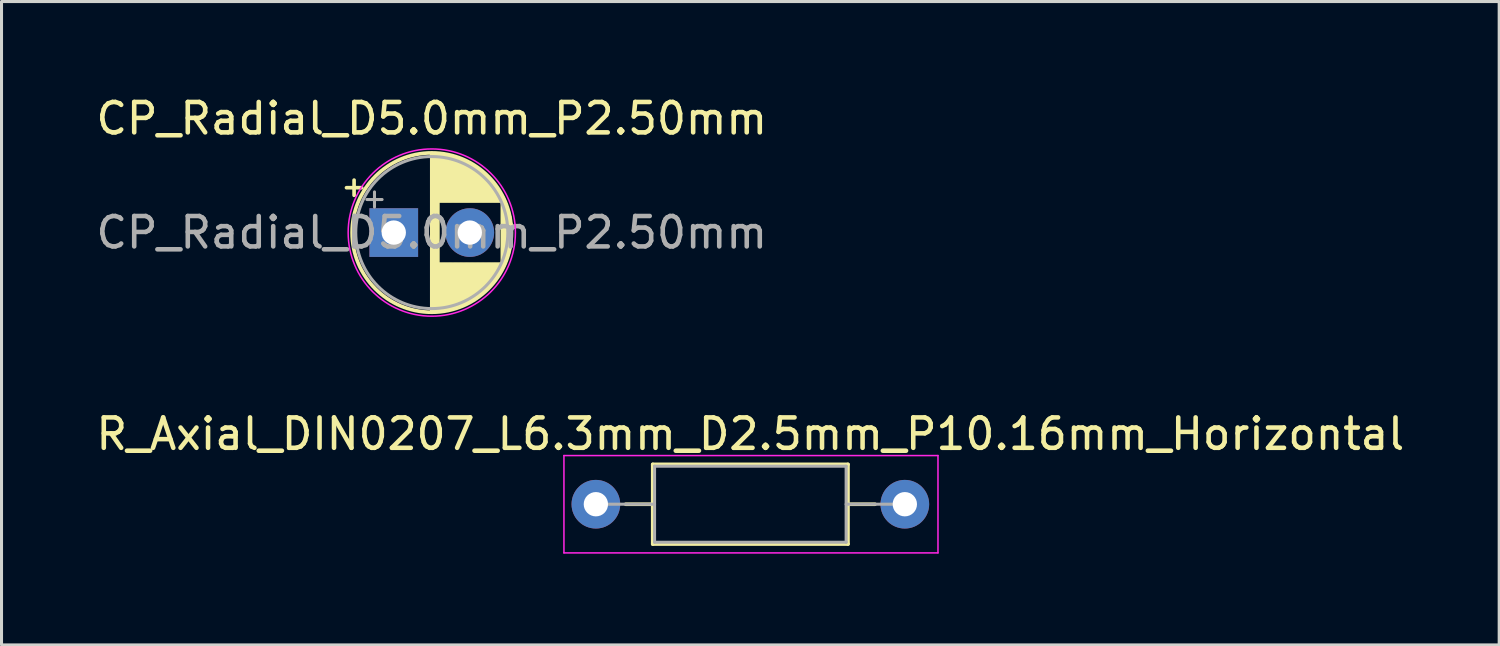
<source format=kicad_pcb>
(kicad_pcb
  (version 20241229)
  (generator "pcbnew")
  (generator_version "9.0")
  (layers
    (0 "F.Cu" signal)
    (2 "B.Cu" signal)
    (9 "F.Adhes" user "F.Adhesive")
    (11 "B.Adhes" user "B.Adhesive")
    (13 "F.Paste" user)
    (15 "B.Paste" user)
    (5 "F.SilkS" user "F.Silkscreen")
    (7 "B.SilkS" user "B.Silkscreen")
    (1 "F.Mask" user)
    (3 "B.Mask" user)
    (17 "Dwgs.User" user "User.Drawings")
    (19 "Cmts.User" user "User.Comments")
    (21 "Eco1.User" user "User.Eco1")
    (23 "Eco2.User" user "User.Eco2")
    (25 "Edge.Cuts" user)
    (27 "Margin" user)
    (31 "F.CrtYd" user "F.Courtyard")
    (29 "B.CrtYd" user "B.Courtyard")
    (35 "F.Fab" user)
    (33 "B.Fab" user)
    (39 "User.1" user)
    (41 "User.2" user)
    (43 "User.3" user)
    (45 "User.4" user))
  (footprint "CP_Radial_D5.0mm_P2.50mm"
    (layer "F.Cu")
    (at 9.899 4.598)
    (property "Reference" "CP_Radial_D5.0mm_P2.50mm" (at 1.25 -3.75 0) (layer "F.SilkS") (effects (font (size 1 1) (thickness 0.15))))
    (attr through_hole)
    (fp_line (start -1.555 -1.475) (end -1.055 -1.475) (stroke (width 0.12) (type solid)) (layer "F.SilkS"))
    (fp_line (start -1.305 -1.725) (end -1.305 -1.225) (stroke (width 0.12) (type solid)) (layer "F.SilkS"))
    (fp_line (start 1.25 -2.58) (end 1.25 2.58) (stroke (width 0.12) (type solid)) (layer "F.SilkS"))
    (fp_line (start 1.29 -2.58) (end 1.29 2.58) (stroke (width 0.12) (type solid)) (layer "F.SilkS"))
    (fp_line (start 1.33 -2.579) (end 1.33 2.579) (stroke (width 0.12) (type solid)) (layer "F.SilkS"))
    (fp_line (start 1.37 -2.578) (end 1.37 2.578) (stroke (width 0.12) (type solid)) (layer "F.SilkS"))
    (fp_line (start 1.41 -2.576) (end 1.41 2.576) (stroke (width 0.12) (type solid)) (layer "F.SilkS"))
    (fp_line (start 1.45 -2.573) (end 1.45 2.573) (stroke (width 0.12) (type solid)) (layer "F.SilkS"))
    (fp_line (start 1.49 -2.569) (end 1.49 -1.04) (stroke (width 0.12) (type solid)) (layer "F.SilkS"))
    (fp_line (start 1.49 1.04) (end 1.49 2.569) (stroke (width 0.12) (type solid)) (layer "F.SilkS"))
    (fp_line (start 1.53 -2.565) (end 1.53 -1.04) (stroke (width 0.12) (type solid)) (layer "F.SilkS"))
    (fp_line (start 1.53 1.04) (end 1.53 2.565) (stroke (width 0.12) (type solid)) (layer "F.SilkS"))
    (fp_line (start 1.57 -2.561) (end 1.57 -1.04) (stroke (width 0.12) (type solid)) (layer "F.SilkS"))
    (fp_line (start 1.57 1.04) (end 1.57 2.561) (stroke (width 0.12) (type solid)) (layer "F.SilkS"))
    (fp_line (start 1.61 -2.556) (end 1.61 -1.04) (stroke (width 0.12) (type solid)) (layer "F.SilkS"))
    (fp_line (start 1.61 1.04) (end 1.61 2.556) (stroke (width 0.12) (type solid)) (layer "F.SilkS"))
    (fp_line (start 1.65 -2.55) (end 1.65 -1.04) (stroke (width 0.12) (type solid)) (layer "F.SilkS"))
    (fp_line (start 1.65 1.04) (end 1.65 2.55) (stroke (width 0.12) (type solid)) (layer "F.SilkS"))
    (fp_line (start 1.69 -2.543) (end 1.69 -1.04) (stroke (width 0.12) (type solid)) (layer "F.SilkS"))
    (fp_line (start 1.69 1.04) (end 1.69 2.543) (stroke (width 0.12) (type solid)) (layer "F.SilkS"))
    (fp_line (start 1.73 -2.536) (end 1.73 -1.04) (stroke (width 0.12) (type solid)) (layer "F.SilkS"))
    (fp_line (start 1.73 1.04) (end 1.73 2.536) (stroke (width 0.12) (type solid)) (layer "F.SilkS"))
    (fp_line (start 1.77 -2.528) (end 1.77 -1.04) (stroke (width 0.12) (type solid)) (layer "F.SilkS"))
    (fp_line (start 1.77 1.04) (end 1.77 2.528) (stroke (width 0.12) (type solid)) (layer "F.SilkS"))
    (fp_line (start 1.81 -2.52) (end 1.81 -1.04) (stroke (width 0.12) (type solid)) (layer "F.SilkS"))
    (fp_line (start 1.81 1.04) (end 1.81 2.52) (stroke (width 0.12) (type solid)) (layer "F.SilkS"))
    (fp_line (start 1.85 -2.511) (end 1.85 -1.04) (stroke (width 0.12) (type solid)) (layer "F.SilkS"))
    (fp_line (start 1.85 1.04) (end 1.85 2.511) (stroke (width 0.12) (type solid)) (layer "F.SilkS"))
    (fp_line (start 1.89 -2.501) (end 1.89 -1.04) (stroke (width 0.12) (type solid)) (layer "F.SilkS"))
    (fp_line (start 1.89 1.04) (end 1.89 2.501) (stroke (width 0.12) (type solid)) (layer "F.SilkS"))
    (fp_line (start 1.93 -2.491) (end 1.93 -1.04) (stroke (width 0.12) (type solid)) (layer "F.SilkS"))
    (fp_line (start 1.93 1.04) (end 1.93 2.491) (stroke (width 0.12) (type solid)) (layer "F.SilkS"))
    (fp_line (start 1.971 -2.48) (end 1.971 -1.04) (stroke (width 0.12) (type solid)) (layer "F.SilkS"))
    (fp_line (start 1.971 1.04) (end 1.971 2.48) (stroke (width 0.12) (type solid)) (layer "F.SilkS"))
    (fp_line (start 2.011 -2.468) (end 2.011 -1.04) (stroke (width 0.12) (type solid)) (layer "F.SilkS"))
    (fp_line (start 2.011 1.04) (end 2.011 2.468) (stroke (width 0.12) (type solid)) (layer "F.SilkS"))
    (fp_line (start 2.051 -2.455) (end 2.051 -1.04) (stroke (width 0.12) (type solid)) (layer "F.SilkS"))
    (fp_line (start 2.051 1.04) (end 2.051 2.455) (stroke (width 0.12) (type solid)) (layer "F.SilkS"))
    (fp_line (start 2.091 -2.442) (end 2.091 -1.04) (stroke (width 0.12) (type solid)) (layer "F.SilkS"))
    (fp_line (start 2.091 1.04) (end 2.091 2.442) (stroke (width 0.12) (type solid)) (layer "F.SilkS"))
    (fp_line (start 2.131 -2.428) (end 2.131 -1.04) (stroke (width 0.12) (type solid)) (layer "F.SilkS"))
    (fp_line (start 2.131 1.04) (end 2.131 2.428) (stroke (width 0.12) (type solid)) (layer "F.SilkS"))
    (fp_line (start 2.171 -2.414) (end 2.171 -1.04) (stroke (width 0.12) (type solid)) (layer "F.SilkS"))
    (fp_line (start 2.171 1.04) (end 2.171 2.414) (stroke (width 0.12) (type solid)) (layer "F.SilkS"))
    (fp_line (start 2.211 -2.398) (end 2.211 -1.04) (stroke (width 0.12) (type solid)) (layer "F.SilkS"))
    (fp_line (start 2.211 1.04) (end 2.211 2.398) (stroke (width 0.12) (type solid)) (layer "F.SilkS"))
    (fp_line (start 2.251 -2.382) (end 2.251 -1.04) (stroke (width 0.12) (type solid)) (layer "F.SilkS"))
    (fp_line (start 2.251 1.04) (end 2.251 2.382) (stroke (width 0.12) (type solid)) (layer "F.SilkS"))
    (fp_line (start 2.291 -2.365) (end 2.291 -1.04) (stroke (width 0.12) (type solid)) (layer "F.SilkS"))
    (fp_line (start 2.291 1.04) (end 2.291 2.365) (stroke (width 0.12) (type solid)) (layer "F.SilkS"))
    (fp_line (start 2.331 -2.348) (end 2.331 -1.04) (stroke (width 0.12) (type solid)) (layer "F.SilkS"))
    (fp_line (start 2.331 1.04) (end 2.331 2.348) (stroke (width 0.12) (type solid)) (layer "F.SilkS"))
    (fp_line (start 2.371 -2.329) (end 2.371 -1.04) (stroke (width 0.12) (type solid)) (layer "F.SilkS"))
    (fp_line (start 2.371 1.04) (end 2.371 2.329) (stroke (width 0.12) (type solid)) (layer "F.SilkS"))
    (fp_line (start 2.411 -2.31) (end 2.411 -1.04) (stroke (width 0.12) (type solid)) (layer "F.SilkS"))
    (fp_line (start 2.411 1.04) (end 2.411 2.31) (stroke (width 0.12) (type solid)) (layer "F.SilkS"))
    (fp_line (start 2.451 -2.29) (end 2.451 -1.04) (stroke (width 0.12) (type solid)) (layer "F.SilkS"))
    (fp_line (start 2.451 1.04) (end 2.451 2.29) (stroke (width 0.12) (type solid)) (layer "F.SilkS"))
    (fp_line (start 2.491 -2.268) (end 2.491 -1.04) (stroke (width 0.12) (type solid)) (layer "F.SilkS"))
    (fp_line (start 2.491 1.04) (end 2.491 2.268) (stroke (width 0.12) (type solid)) (layer "F.SilkS"))
    (fp_line (start 2.531 -2.247) (end 2.531 -1.04) (stroke (width 0.12) (type solid)) (layer "F.SilkS"))
    (fp_line (start 2.531 1.04) (end 2.531 2.247) (stroke (width 0.12) (type solid)) (layer "F.SilkS"))
    (fp_line (start 2.571 -2.224) (end 2.571 -1.04) (stroke (width 0.12) (type solid)) (layer "F.SilkS"))
    (fp_line (start 2.571 1.04) (end 2.571 2.224) (stroke (width 0.12) (type solid)) (layer "F.SilkS"))
    (fp_line (start 2.611 -2.2) (end 2.611 -1.04) (stroke (width 0.12) (type solid)) (layer "F.SilkS"))
    (fp_line (start 2.611 1.04) (end 2.611 2.2) (stroke (width 0.12) (type solid)) (layer "F.SilkS"))
    (fp_line (start 2.651 -2.175) (end 2.651 -1.04) (stroke (width 0.12) (type solid)) (layer "F.SilkS"))
    (fp_line (start 2.651 1.04) (end 2.651 2.175) (stroke (width 0.12) (type solid)) (layer "F.SilkS"))
    (fp_line (start 2.691 -2.149) (end 2.691 -1.04) (stroke (width 0.12) (type solid)) (layer "F.SilkS"))
    (fp_line (start 2.691 1.04) (end 2.691 2.149) (stroke (width 0.12) (type solid)) (layer "F.SilkS"))
    (fp_line (start 2.731 -2.122) (end 2.731 -1.04) (stroke (width 0.12) (type solid)) (layer "F.SilkS"))
    (fp_line (start 2.731 1.04) (end 2.731 2.122) (stroke (width 0.12) (type solid)) (layer "F.SilkS"))
    (fp_line (start 2.771 -2.095) (end 2.771 -1.04) (stroke (width 0.12) (type solid)) (layer "F.SilkS"))
    (fp_line (start 2.771 1.04) (end 2.771 2.095) (stroke (width 0.12) (type solid)) (layer "F.SilkS"))
    (fp_line (start 2.811 -2.065) (end 2.811 -1.04) (stroke (width 0.12) (type solid)) (layer "F.SilkS"))
    (fp_line (start 2.811 1.04) (end 2.811 2.065) (stroke (width 0.12) (type solid)) (layer "F.SilkS"))
    (fp_line (start 2.851 -2.035) (end 2.851 -1.04) (stroke (width 0.12) (type solid)) (layer "F.SilkS"))
    (fp_line (start 2.851 1.04) (end 2.851 2.035) (stroke (width 0.12) (type solid)) (layer "F.SilkS"))
    (fp_line (start 2.891 -2.004) (end 2.891 -1.04) (stroke (width 0.12) (type solid)) (layer "F.SilkS"))
    (fp_line (start 2.891 1.04) (end 2.891 2.004) (stroke (width 0.12) (type solid)) (layer "F.SilkS"))
    (fp_line (start 2.931 -1.971) (end 2.931 -1.04) (stroke (width 0.12) (type solid)) (layer "F.SilkS"))
    (fp_line (start 2.931 1.04) (end 2.931 1.971) (stroke (width 0.12) (type solid)) (layer "F.SilkS"))
    (fp_line (start 2.971 -1.937) (end 2.971 -1.04) (stroke (width 0.12) (type solid)) (layer "F.SilkS"))
    (fp_line (start 2.971 1.04) (end 2.971 1.937) (stroke (width 0.12) (type solid)) (layer "F.SilkS"))
    (fp_line (start 3.011 -1.901) (end 3.011 -1.04) (stroke (width 0.12) (type solid)) (layer "F.SilkS"))
    (fp_line (start 3.011 1.04) (end 3.011 1.901) (stroke (width 0.12) (type solid)) (layer "F.SilkS"))
    (fp_line (start 3.051 -1.864) (end 3.051 -1.04) (stroke (width 0.12) (type solid)) (layer "F.SilkS"))
    (fp_line (start 3.051 1.04) (end 3.051 1.864) (stroke (width 0.12) (type solid)) (layer "F.SilkS"))
    (fp_line (start 3.091 -1.826) (end 3.091 -1.04) (stroke (width 0.12) (type solid)) (layer "F.SilkS"))
    (fp_line (start 3.091 1.04) (end 3.091 1.826) (stroke (width 0.12) (type solid)) (layer "F.SilkS"))
    (fp_line (start 3.131 -1.785) (end 3.131 -1.04) (stroke (width 0.12) (type solid)) (layer "F.SilkS"))
    (fp_line (start 3.131 1.04) (end 3.131 1.785) (stroke (width 0.12) (type solid)) (layer "F.SilkS"))
    (fp_line (start 3.171 -1.743) (end 3.171 -1.04) (stroke (width 0.12) (type solid)) (layer "F.SilkS"))
    (fp_line (start 3.171 1.04) (end 3.171 1.743) (stroke (width 0.12) (type solid)) (layer "F.SilkS"))
    (fp_line (start 3.211 -1.699) (end 3.211 -1.04) (stroke (width 0.12) (type solid)) (layer "F.SilkS"))
    (fp_line (start 3.211 1.04) (end 3.211 1.699) (stroke (width 0.12) (type solid)) (layer "F.SilkS"))
    (fp_line (start 3.251 -1.653) (end 3.251 -1.04) (stroke (width 0.12) (type solid)) (layer "F.SilkS"))
    (fp_line (start 3.251 1.04) (end 3.251 1.653) (stroke (width 0.12) (type solid)) (layer "F.SilkS"))
    (fp_line (start 3.291 -1.605) (end 3.291 -1.04) (stroke (width 0.12) (type solid)) (layer "F.SilkS"))
    (fp_line (start 3.291 1.04) (end 3.291 1.605) (stroke (width 0.12) (type solid)) (layer "F.SilkS"))
    (fp_line (start 3.331 -1.554) (end 3.331 -1.04) (stroke (width 0.12) (type solid)) (layer "F.SilkS"))
    (fp_line (start 3.331 1.04) (end 3.331 1.554) (stroke (width 0.12) (type solid)) (layer "F.SilkS"))
    (fp_line (start 3.371 -1.5) (end 3.371 -1.04) (stroke (width 0.12) (type solid)) (layer "F.SilkS"))
    (fp_line (start 3.371 1.04) (end 3.371 1.5) (stroke (width 0.12) (type solid)) (layer "F.SilkS"))
    (fp_line (start 3.411 -1.443) (end 3.411 -1.04) (stroke (width 0.12) (type solid)) (layer "F.SilkS"))
    (fp_line (start 3.411 1.04) (end 3.411 1.443) (stroke (width 0.12) (type solid)) (layer "F.SilkS"))
    (fp_line (start 3.451 -1.383) (end 3.451 -1.04) (stroke (width 0.12) (type solid)) (layer "F.SilkS"))
    (fp_line (start 3.451 1.04) (end 3.451 1.383) (stroke (width 0.12) (type solid)) (layer "F.SilkS"))
    (fp_line (start 3.491 -1.319) (end 3.491 -1.04) (stroke (width 0.12) (type solid)) (layer "F.SilkS"))
    (fp_line (start 3.491 1.04) (end 3.491 1.319) (stroke (width 0.12) (type solid)) (layer "F.SilkS"))
    (fp_line (start 3.531 -1.251) (end 3.531 -1.04) (stroke (width 0.12) (type solid)) (layer "F.SilkS"))
    (fp_line (start 3.531 1.04) (end 3.531 1.251) (stroke (width 0.12) (type solid)) (layer "F.SilkS"))
    (fp_line (start 3.571 -1.178) (end 3.571 1.178) (stroke (width 0.12) (type solid)) (layer "F.SilkS"))
    (fp_line (start 3.611 -1.098) (end 3.611 1.098) (stroke (width 0.12) (type solid)) (layer "F.SilkS"))
    (fp_line (start 3.651 -1.011) (end 3.651 1.011) (stroke (width 0.12) (type solid)) (layer "F.SilkS"))
    (fp_line (start 3.691 -0.915) (end 3.691 0.915) (stroke (width 0.12) (type solid)) (layer "F.SilkS"))
    (fp_line (start 3.731 -0.805) (end 3.731 0.805) (stroke (width 0.12) (type solid)) (layer "F.SilkS"))
    (fp_line (start 3.771 -0.677) (end 3.771 0.677) (stroke (width 0.12) (type solid)) (layer "F.SilkS"))
    (fp_line (start 3.811 -0.518) (end 3.811 0.518) (stroke (width 0.12) (type solid)) (layer "F.SilkS"))
    (fp_line (start 3.851 -0.284) (end 3.851 0.284) (stroke (width 0.12) (type solid)) (layer "F.SilkS"))
    (fp_circle (center 1.25 0) (end 3.87 0) (stroke (width 0.12) (type solid)) (fill no) (layer "F.SilkS"))
    (fp_circle (center 1.25 0) (end 4 0) (stroke (width 0.05) (type solid)) (fill no) (layer "F.CrtYd"))
    (fp_line (start -0.884 -1.087) (end -0.384 -1.087) (stroke (width 0.1) (type solid)) (layer "F.Fab"))
    (fp_line (start -0.634 -1.337) (end -0.634 -0.838) (stroke (width 0.1) (type solid)) (layer "F.Fab"))
    (fp_circle (center 1.25 0) (end 3.75 0) (stroke (width 0.1) (type solid)) (fill no) (layer "F.Fab"))
    (fp_text user "${REFERENCE}" (at 1.25 0 0) (layer "F.Fab") (effects (font (size 1 1) (thickness 0.15))))
    (pad "1" thru_hole rect (at 0 0) (size 1.6 1.6) (drill 0.8) (layers "*.Cu" "*.Mask"))
    (pad "2" thru_hole circle (at 2.5 0) (size 1.6 1.6) (drill 0.8) (layers "*.Cu" "*.Mask")))
  (footprint "R_Axial_DIN0207_L6.3mm_D2.5mm_P10.16mm_Horizontal"
    (layer "F.Cu")
    (at 16.545 13.531)
    (property "Reference" "R_Axial_DIN0207_L6.3mm_D2.5mm_P10.16mm_Horizontal" (at 5.08 -2.31 0) (layer "F.SilkS") (effects (font (size 1 1) (thickness 0.15))))
    (attr through_hole)
    (fp_line (start 0.98 0) (end 1.87 0) (stroke (width 0.12) (type solid)) (layer "F.SilkS"))
    (fp_line (start 1.87 -1.31) (end 1.87 1.31) (stroke (width 0.12) (type solid)) (layer "F.SilkS"))
    (fp_line (start 1.87 1.31) (end 8.29 1.31) (stroke (width 0.12) (type solid)) (layer "F.SilkS"))
    (fp_line (start 8.29 -1.31) (end 1.87 -1.31) (stroke (width 0.12) (type solid)) (layer "F.SilkS"))
    (fp_line (start 8.29 1.31) (end 8.29 -1.31) (stroke (width 0.12) (type solid)) (layer "F.SilkS"))
    (fp_line (start 9.18 0) (end 8.29 0) (stroke (width 0.12) (type solid)) (layer "F.SilkS"))
    (fp_line (start -1.05 -1.6) (end -1.05 1.6) (stroke (width 0.05) (type solid)) (layer "F.CrtYd"))
    (fp_line (start -1.05 1.6) (end 11.25 1.6) (stroke (width 0.05) (type solid)) (layer "F.CrtYd"))
    (fp_line (start 11.25 -1.6) (end -1.05 -1.6) (stroke (width 0.05) (type solid)) (layer "F.CrtYd"))
    (fp_line (start 11.25 1.6) (end 11.25 -1.6) (stroke (width 0.05) (type solid)) (layer "F.CrtYd"))
    (fp_line (start 0 0) (end 1.93 0) (stroke (width 0.1) (type solid)) (layer "F.Fab"))
    (fp_line (start 1.93 -1.25) (end 1.93 1.25) (stroke (width 0.1) (type solid)) (layer "F.Fab"))
    (fp_line (start 1.93 1.25) (end 8.23 1.25) (stroke (width 0.1) (type solid)) (layer "F.Fab"))
    (fp_line (start 8.23 -1.25) (end 1.93 -1.25) (stroke (width 0.1) (type solid)) (layer "F.Fab"))
    (fp_line (start 8.23 1.25) (end 8.23 -1.25) (stroke (width 0.1) (type solid)) (layer "F.Fab"))
    (fp_line (start 10.16 0) (end 8.23 0) (stroke (width 0.1) (type solid)) (layer "F.Fab"))
    (pad "1" thru_hole circle (at 0 0) (size 1.6 1.6) (drill 0.8) (layers "*.Cu" "*.Mask"))
    (pad "2" thru_hole oval (at 10.16 0) (size 1.6 1.6) (drill 0.8) (layers "*.Cu" "*.Mask")))
  (gr_rect
    (start -3 -3)
    (end 46.25 18.157)
    (stroke (width 0.1) (type default))
    (fill no)
    (layer "Edge.Cuts")))
</source>
